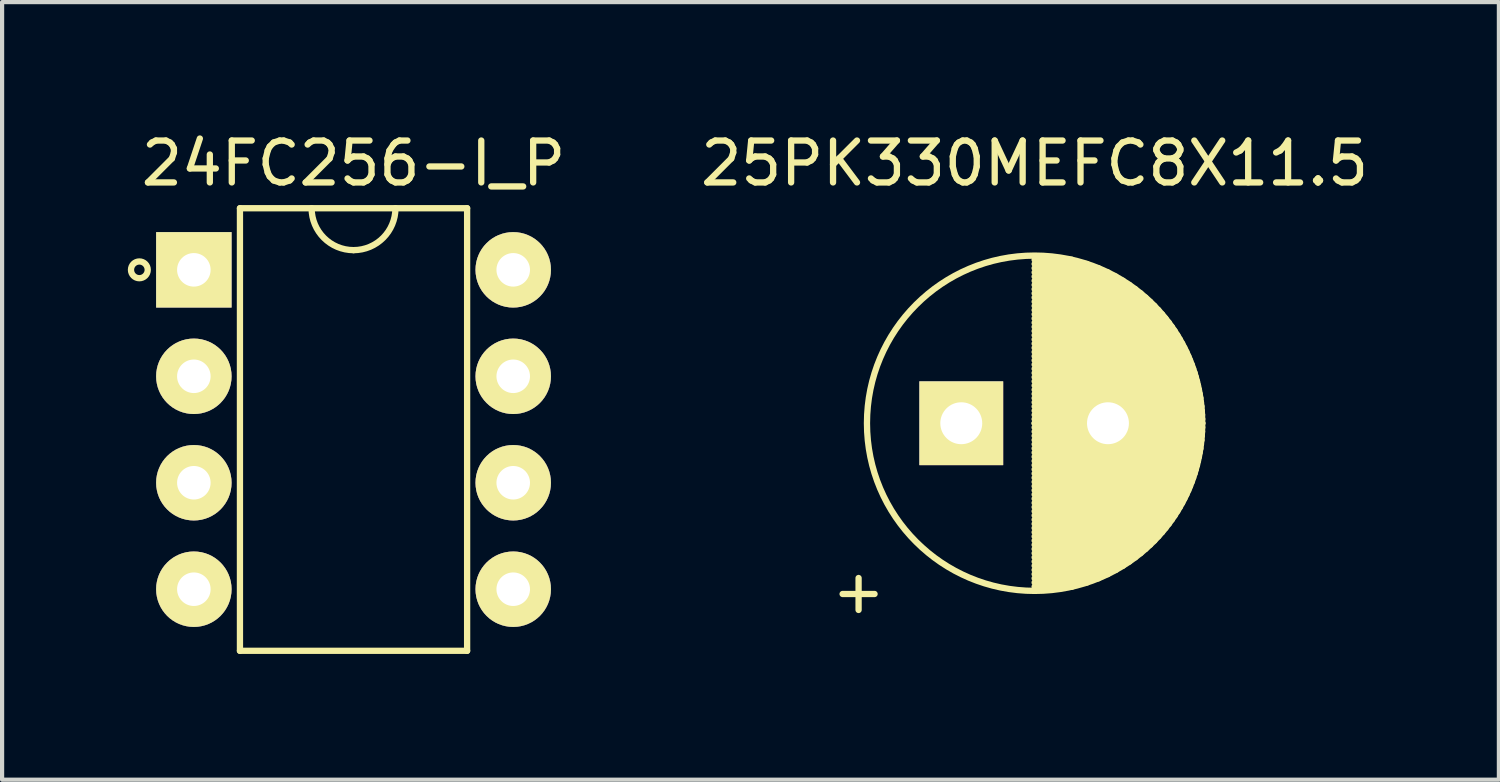
<source format=kicad_pcb>
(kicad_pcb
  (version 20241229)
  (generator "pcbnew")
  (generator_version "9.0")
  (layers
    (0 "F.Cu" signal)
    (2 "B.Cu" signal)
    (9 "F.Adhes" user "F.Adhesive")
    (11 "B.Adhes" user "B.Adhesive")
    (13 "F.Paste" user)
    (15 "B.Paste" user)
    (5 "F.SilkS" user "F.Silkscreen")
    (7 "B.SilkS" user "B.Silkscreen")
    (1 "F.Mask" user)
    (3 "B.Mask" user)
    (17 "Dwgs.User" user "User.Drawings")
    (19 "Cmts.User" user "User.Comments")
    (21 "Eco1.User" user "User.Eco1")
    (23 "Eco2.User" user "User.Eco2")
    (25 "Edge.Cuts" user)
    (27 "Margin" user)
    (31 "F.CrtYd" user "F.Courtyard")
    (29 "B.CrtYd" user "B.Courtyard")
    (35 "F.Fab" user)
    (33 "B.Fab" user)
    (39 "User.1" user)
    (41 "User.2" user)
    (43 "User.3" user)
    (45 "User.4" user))
  (footprint "25PK330MEFC8X11.5"
    (layer "F.Cu")
    (at 19.885 7.048)
    (property "Reference" "25PK330MEFC8X11.5" (at 1.75 -6.2 0) (layer "F.SilkS") (effects (font (size 1 1) (thickness 0.15))))
    (attr through_hole)
    (fp_line (start 1.75 -3.9) (end 2.639 -3.9) (stroke (width 0.15) (type solid)) (layer "F.SilkS"))
    (fp_line (start 1.75 -3.8) (end 2.999 -3.8) (stroke (width 0.15) (type solid)) (layer "F.SilkS"))
    (fp_line (start 1.75 -3.7) (end 3.27 -3.7) (stroke (width 0.15) (type solid)) (layer "F.SilkS"))
    (fp_line (start 1.75 -3.6) (end 3.494 -3.6) (stroke (width 0.15) (type solid)) (layer "F.SilkS"))
    (fp_line (start 1.75 -3.5) (end 3.686 -3.5) (stroke (width 0.15) (type solid)) (layer "F.SilkS"))
    (fp_line (start 1.75 -3.4) (end 3.857 -3.4) (stroke (width 0.15) (type solid)) (layer "F.SilkS"))
    (fp_line (start 1.75 -3.3) (end 4.011 -3.3) (stroke (width 0.15) (type solid)) (layer "F.SilkS"))
    (fp_line (start 1.75 -3.2) (end 4.15 -3.2) (stroke (width 0.15) (type solid)) (layer "F.SilkS"))
    (fp_line (start 1.75 -3.1) (end 4.278 -3.1) (stroke (width 0.15) (type solid)) (layer "F.SilkS"))
    (fp_line (start 1.75 -3) (end 4.396 -3) (stroke (width 0.15) (type solid)) (layer "F.SilkS"))
    (fp_line (start 1.75 -2.9) (end 4.505 -2.9) (stroke (width 0.15) (type solid)) (layer "F.SilkS"))
    (fp_line (start 1.75 -2.8) (end 4.607 -2.8) (stroke (width 0.15) (type solid)) (layer "F.SilkS"))
    (fp_line (start 1.75 -2.7) (end 4.701 -2.7) (stroke (width 0.15) (type solid)) (layer "F.SilkS"))
    (fp_line (start 1.75 -2.6) (end 4.79 -2.6) (stroke (width 0.15) (type solid)) (layer "F.SilkS"))
    (fp_line (start 1.75 -2.5) (end 4.872 -2.5) (stroke (width 0.15) (type solid)) (layer "F.SilkS"))
    (fp_line (start 1.75 -2.4) (end 4.95 -2.4) (stroke (width 0.15) (type solid)) (layer "F.SilkS"))
    (fp_line (start 1.75 -2.3) (end 5.023 -2.3) (stroke (width 0.15) (type solid)) (layer "F.SilkS"))
    (fp_line (start 1.75 -2.2) (end 5.091 -2.2) (stroke (width 0.15) (type solid)) (layer "F.SilkS"))
    (fp_line (start 1.75 -2.1) (end 5.154 -2.1) (stroke (width 0.15) (type solid)) (layer "F.SilkS"))
    (fp_line (start 1.75 -2) (end 5.214 -2) (stroke (width 0.15) (type solid)) (layer "F.SilkS"))
    (fp_line (start 1.75 -1.9) (end 5.27 -1.9) (stroke (width 0.15) (type solid)) (layer "F.SilkS"))
    (fp_line (start 1.75 -1.8) (end 5.322 -1.8) (stroke (width 0.15) (type solid)) (layer "F.SilkS"))
    (fp_line (start 1.75 -1.7) (end 5.371 -1.7) (stroke (width 0.15) (type solid)) (layer "F.SilkS"))
    (fp_line (start 1.75 -1.6) (end 5.416 -1.6) (stroke (width 0.15) (type solid)) (layer "F.SilkS"))
    (fp_line (start 1.75 -1.5) (end 5.458 -1.5) (stroke (width 0.15) (type solid)) (layer "F.SilkS"))
    (fp_line (start 1.75 -1.4) (end 5.497 -1.4) (stroke (width 0.15) (type solid)) (layer "F.SilkS"))
    (fp_line (start 1.75 -1.3) (end 5.533 -1.3) (stroke (width 0.15) (type solid)) (layer "F.SilkS"))
    (fp_line (start 1.75 -1.2) (end 5.566 -1.2) (stroke (width 0.15) (type solid)) (layer "F.SilkS"))
    (fp_line (start 1.75 -1.1) (end 5.596 -1.1) (stroke (width 0.15) (type solid)) (layer "F.SilkS"))
    (fp_line (start 1.75 -1) (end 5.623 -1) (stroke (width 0.15) (type solid)) (layer "F.SilkS"))
    (fp_line (start 1.75 -0.9) (end 5.647 -0.9) (stroke (width 0.15) (type solid)) (layer "F.SilkS"))
    (fp_line (start 1.75 -0.8) (end 5.669 -0.8) (stroke (width 0.15) (type solid)) (layer "F.SilkS"))
    (fp_line (start 1.75 -0.7) (end 5.688 -0.7) (stroke (width 0.15) (type solid)) (layer "F.SilkS"))
    (fp_line (start 1.75 -0.6) (end 5.705 -0.6) (stroke (width 0.15) (type solid)) (layer "F.SilkS"))
    (fp_line (start 1.75 -0.5) (end 5.719 -0.5) (stroke (width 0.15) (type solid)) (layer "F.SilkS"))
    (fp_line (start 1.75 -0.4) (end 5.73 -0.4) (stroke (width 0.15) (type solid)) (layer "F.SilkS"))
    (fp_line (start 1.75 -0.3) (end 5.739 -0.3) (stroke (width 0.15) (type solid)) (layer "F.SilkS"))
    (fp_line (start 1.75 -0.2) (end 5.745 -0.2) (stroke (width 0.15) (type solid)) (layer "F.SilkS"))
    (fp_line (start 1.75 -0.1) (end 5.749 -0.1) (stroke (width 0.15) (type solid)) (layer "F.SilkS"))
    (fp_line (start 1.75 0) (end 5.75 0) (stroke (width 0.15) (type solid)) (layer "F.SilkS"))
    (fp_line (start 1.75 0) (end 5.75 0) (stroke (width 0.15) (type solid)) (layer "F.SilkS"))
    (fp_line (start 1.75 0.1) (end 5.749 0.1) (stroke (width 0.15) (type solid)) (layer "F.SilkS"))
    (fp_line (start 1.75 0.2) (end 5.745 0.2) (stroke (width 0.15) (type solid)) (layer "F.SilkS"))
    (fp_line (start 1.75 0.3) (end 5.739 0.3) (stroke (width 0.15) (type solid)) (layer "F.SilkS"))
    (fp_line (start 1.75 0.4) (end 5.73 0.4) (stroke (width 0.15) (type solid)) (layer "F.SilkS"))
    (fp_line (start 1.75 0.5) (end 5.719 0.5) (stroke (width 0.15) (type solid)) (layer "F.SilkS"))
    (fp_line (start 1.75 0.6) (end 5.705 0.6) (stroke (width 0.15) (type solid)) (layer "F.SilkS"))
    (fp_line (start 1.75 0.7) (end 5.688 0.7) (stroke (width 0.15) (type solid)) (layer "F.SilkS"))
    (fp_line (start 1.75 0.8) (end 5.669 0.8) (stroke (width 0.15) (type solid)) (layer "F.SilkS"))
    (fp_line (start 1.75 0.9) (end 5.647 0.9) (stroke (width 0.15) (type solid)) (layer "F.SilkS"))
    (fp_line (start 1.75 1) (end 5.623 1) (stroke (width 0.15) (type solid)) (layer "F.SilkS"))
    (fp_line (start 1.75 1.1) (end 5.596 1.1) (stroke (width 0.15) (type solid)) (layer "F.SilkS"))
    (fp_line (start 1.75 1.2) (end 5.566 1.2) (stroke (width 0.15) (type solid)) (layer "F.SilkS"))
    (fp_line (start 1.75 1.3) (end 5.533 1.3) (stroke (width 0.15) (type solid)) (layer "F.SilkS"))
    (fp_line (start 1.75 1.4) (end 5.497 1.4) (stroke (width 0.15) (type solid)) (layer "F.SilkS"))
    (fp_line (start 1.75 1.5) (end 5.458 1.5) (stroke (width 0.15) (type solid)) (layer "F.SilkS"))
    (fp_line (start 1.75 1.6) (end 5.416 1.6) (stroke (width 0.15) (type solid)) (layer "F.SilkS"))
    (fp_line (start 1.75 1.7) (end 5.371 1.7) (stroke (width 0.15) (type solid)) (layer "F.SilkS"))
    (fp_line (start 1.75 1.8) (end 5.322 1.8) (stroke (width 0.15) (type solid)) (layer "F.SilkS"))
    (fp_line (start 1.75 1.9) (end 5.27 1.9) (stroke (width 0.15) (type solid)) (layer "F.SilkS"))
    (fp_line (start 1.75 2) (end 5.214 2) (stroke (width 0.15) (type solid)) (layer "F.SilkS"))
    (fp_line (start 1.75 2.1) (end 5.154 2.1) (stroke (width 0.15) (type solid)) (layer "F.SilkS"))
    (fp_line (start 1.75 2.2) (end 5.091 2.2) (stroke (width 0.15) (type solid)) (layer "F.SilkS"))
    (fp_line (start 1.75 2.3) (end 5.023 2.3) (stroke (width 0.15) (type solid)) (layer "F.SilkS"))
    (fp_line (start 1.75 2.4) (end 4.95 2.4) (stroke (width 0.15) (type solid)) (layer "F.SilkS"))
    (fp_line (start 1.75 2.5) (end 4.872 2.5) (stroke (width 0.15) (type solid)) (layer "F.SilkS"))
    (fp_line (start 1.75 2.6) (end 4.79 2.6) (stroke (width 0.15) (type solid)) (layer "F.SilkS"))
    (fp_line (start 1.75 2.7) (end 4.701 2.7) (stroke (width 0.15) (type solid)) (layer "F.SilkS"))
    (fp_line (start 1.75 2.8) (end 4.607 2.8) (stroke (width 0.15) (type solid)) (layer "F.SilkS"))
    (fp_line (start 1.75 2.9) (end 4.505 2.9) (stroke (width 0.15) (type solid)) (layer "F.SilkS"))
    (fp_line (start 1.75 3) (end 4.396 3) (stroke (width 0.15) (type solid)) (layer "F.SilkS"))
    (fp_line (start 1.75 3.1) (end 4.278 3.1) (stroke (width 0.15) (type solid)) (layer "F.SilkS"))
    (fp_line (start 1.75 3.2) (end 4.15 3.2) (stroke (width 0.15) (type solid)) (layer "F.SilkS"))
    (fp_line (start 1.75 3.3) (end 4.011 3.3) (stroke (width 0.15) (type solid)) (layer "F.SilkS"))
    (fp_line (start 1.75 3.4) (end 3.857 3.4) (stroke (width 0.15) (type solid)) (layer "F.SilkS"))
    (fp_line (start 1.75 3.5) (end 3.686 3.5) (stroke (width 0.15) (type solid)) (layer "F.SilkS"))
    (fp_line (start 1.75 3.6) (end 3.494 3.6) (stroke (width 0.15) (type solid)) (layer "F.SilkS"))
    (fp_line (start 1.75 3.7) (end 3.27 3.7) (stroke (width 0.15) (type solid)) (layer "F.SilkS"))
    (fp_line (start 1.75 3.8) (end 2.999 3.8) (stroke (width 0.15) (type solid)) (layer "F.SilkS"))
    (fp_line (start 1.75 3.9) (end 2.639 3.9) (stroke (width 0.15) (type solid)) (layer "F.SilkS"))
    (fp_circle (center 1.75 0) (end 1.75 -4) (stroke (width 0.15) (type solid)) (fill no) (layer "F.SilkS"))
    (fp_text user "+" (at -2.45 4 0) (layer "F.SilkS") (effects (font (size 1 1) (thickness 0.15))))
    (pad "1" thru_hole rect (at 0 0) (size 2 2) (drill 1) (layers "*.Cu" "*.Mask" "F.SilkS"))
    (pad "2" thru_hole circle (at 3.5 0) (size 2 2) (drill 1) (layers "*.Cu" "*.Mask" "F.SilkS")))
  (footprint "24FC256-I_P"
    (layer "F.Cu")
    (at 1.575 3.388)
    (property "Reference" "24FC256-I_P" (at 3.81 -2.54 0) (layer "F.SilkS") (effects (font (size 1 1) (thickness 0.15))))
    (attr through_hole)
    (fp_line (start 1.1 -1.47) (end 6.52 -1.47) (stroke (width 0.15) (type solid)) (layer "F.SilkS"))
    (fp_line (start 1.1 9.09) (end 1.1 -1.47) (stroke (width 0.15) (type solid)) (layer "F.SilkS"))
    (fp_line (start 6.52 -1.47) (end 6.52 9.09) (stroke (width 0.15) (type solid)) (layer "F.SilkS"))
    (fp_line (start 6.52 9.09) (end 1.1 9.09) (stroke (width 0.15) (type solid)) (layer "F.SilkS"))
    (fp_arc (start 3.81 -0.47) (mid 3.102893 -0.762893) (end 2.81 -1.47) (stroke (width 0.15) (type solid)) (layer "F.SilkS"))
    (fp_arc (start 4.81 -1.47) (mid 4.517107 -0.762893) (end 3.81 -0.47) (stroke (width 0.15) (type solid)) (layer "F.SilkS"))
    (fp_circle (center -1.3 0) (end -1.3 0.2) (stroke (width 0.15) (type solid)) (fill no) (layer "F.SilkS"))
    (pad "1" thru_hole rect (at 0 0) (size 1.8 1.8) (drill 0.8) (layers "*.Cu" "*.Mask" "F.SilkS"))
    (pad "2" thru_hole circle (at 0 2.54) (size 1.8 1.8) (drill 0.8) (layers "*.Cu" "*.Mask" "F.SilkS"))
    (pad "3" thru_hole circle (at 0 5.08) (size 1.8 1.8) (drill 0.8) (layers "*.Cu" "*.Mask" "F.SilkS"))
    (pad "4" thru_hole circle (at 0 7.62) (size 1.8 1.8) (drill 0.8) (layers "*.Cu" "*.Mask" "F.SilkS"))
    (pad "5" thru_hole circle (at 7.62 7.62) (size 1.8 1.8) (drill 0.8) (layers "*.Cu" "*.Mask" "F.SilkS"))
    (pad "6" thru_hole circle (at 7.62 5.08) (size 1.8 1.8) (drill 0.8) (layers "*.Cu" "*.Mask" "F.SilkS"))
    (pad "7" thru_hole circle (at 7.62 2.54) (size 1.8 1.8) (drill 0.8) (layers "*.Cu" "*.Mask" "F.SilkS"))
    (pad "8" thru_hole circle (at 7.62 0) (size 1.8 1.8) (drill 0.8) (layers "*.Cu" "*.Mask" "F.SilkS")))
  (gr_rect
    (start -3 -3)
    (end 32.712 15.553)
    (stroke (width 0.1) (type default))
    (fill no)
    (layer "Edge.Cuts")))
</source>
